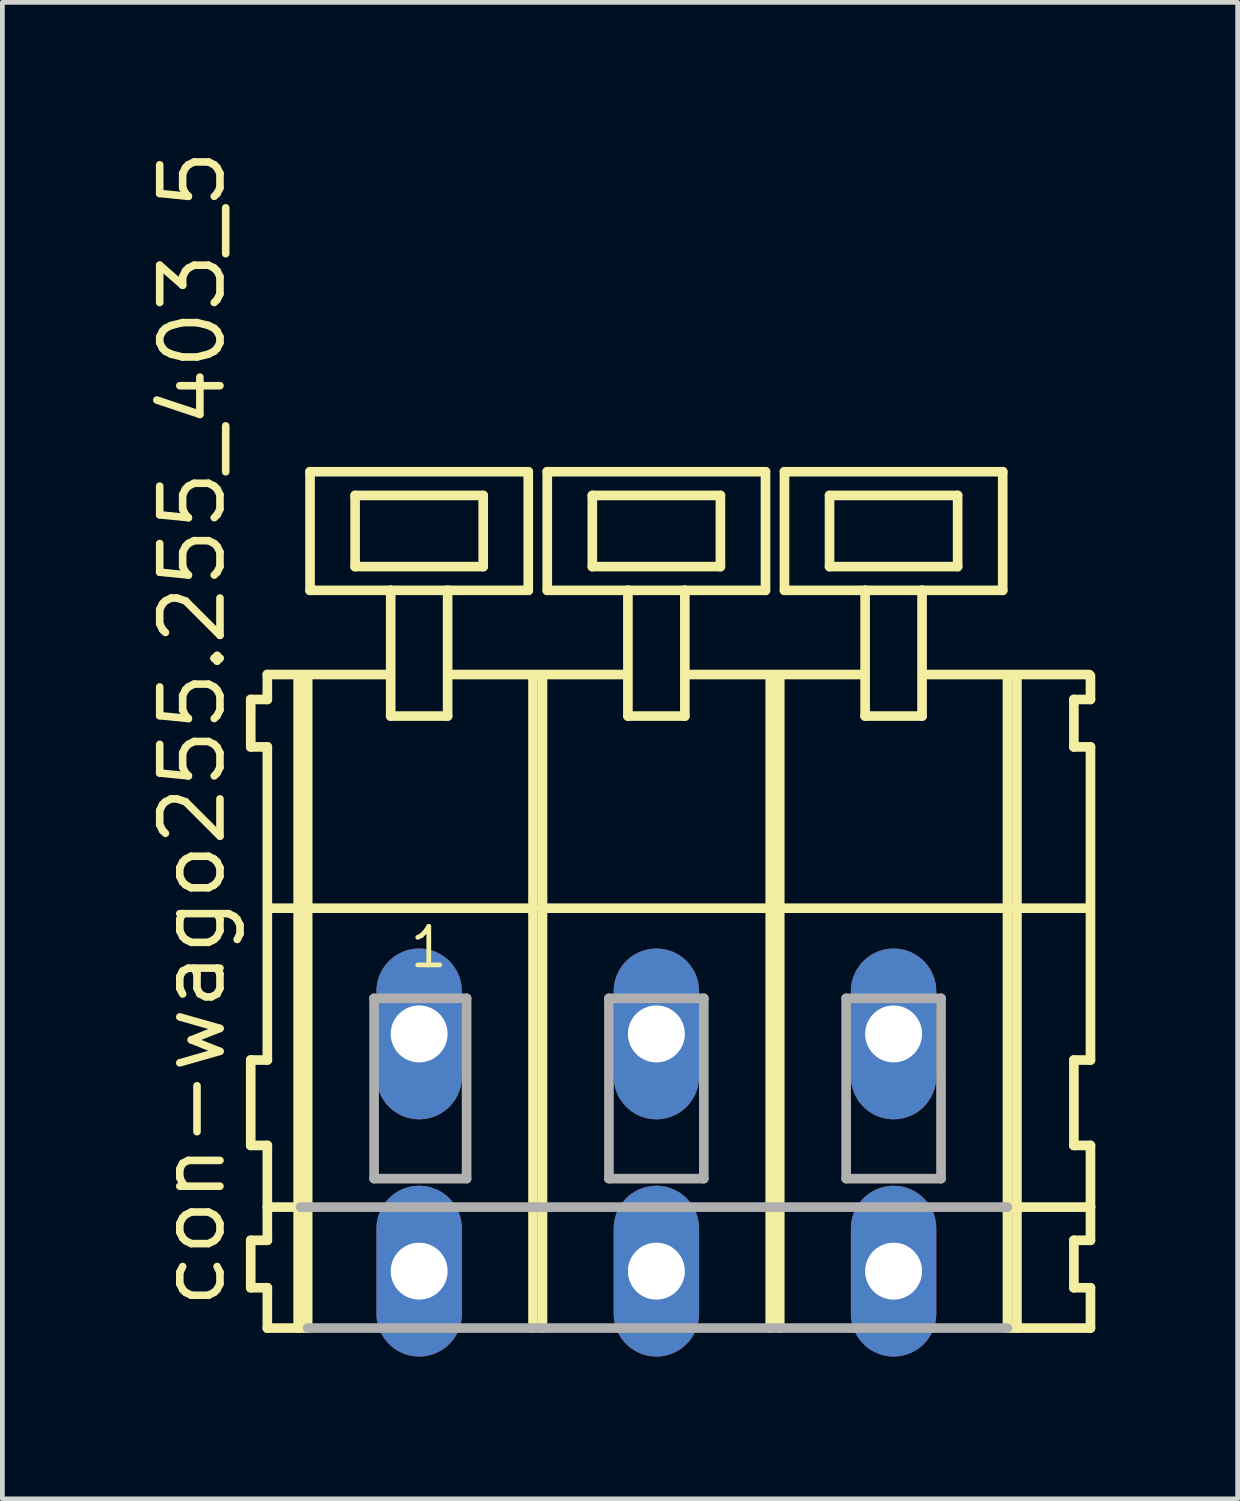
<source format=kicad_pcb>
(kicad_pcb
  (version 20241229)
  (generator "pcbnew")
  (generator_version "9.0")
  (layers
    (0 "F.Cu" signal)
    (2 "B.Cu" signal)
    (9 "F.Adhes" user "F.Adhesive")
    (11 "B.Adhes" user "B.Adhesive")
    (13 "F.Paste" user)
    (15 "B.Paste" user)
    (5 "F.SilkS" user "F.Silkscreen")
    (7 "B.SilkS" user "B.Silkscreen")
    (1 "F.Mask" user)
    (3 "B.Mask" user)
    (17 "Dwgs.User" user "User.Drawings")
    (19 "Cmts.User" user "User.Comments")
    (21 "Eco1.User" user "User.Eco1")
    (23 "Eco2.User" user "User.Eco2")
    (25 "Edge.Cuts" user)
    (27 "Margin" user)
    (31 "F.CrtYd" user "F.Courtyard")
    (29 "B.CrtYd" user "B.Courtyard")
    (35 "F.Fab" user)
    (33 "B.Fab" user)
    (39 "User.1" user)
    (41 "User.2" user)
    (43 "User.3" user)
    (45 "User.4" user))
  (footprint "con-wago255.255_403_5"
    (layer "F.Cu")
    (at 8.285 18.743)
    (property "Reference" "con-wago255.255_403_5" (at -6.535 5.855 90) (layer "F.SilkS") (effects (font (size 1.27 1.27) (thickness 0.16)) (justify left bottom)))
    (attr through_hole)
    (fp_line (start -6.05 -7.05) (end -6.05 -6.05) (stroke (width 0.203) (type default)) (layer "F.SilkS"))
    (fp_line (start -6.05 -6.05) (end -5.7 -6.05) (stroke (width 0.203) (type default)) (layer "F.SilkS"))
    (fp_line (start -6.05 0.55) (end -6.05 2.35) (stroke (width 0.203) (type default)) (layer "F.SilkS"))
    (fp_line (start -6.05 2.35) (end -5.7 2.35) (stroke (width 0.203) (type default)) (layer "F.SilkS"))
    (fp_line (start -6.05 4.35) (end -6.05 5.35) (stroke (width 0.203) (type default)) (layer "F.SilkS"))
    (fp_line (start -6.05 5.35) (end -5.7 5.35) (stroke (width 0.203) (type default)) (layer "F.SilkS"))
    (fp_line (start -5.7 -7.575) (end -5.7 -7.05) (stroke (width 0.203) (type default)) (layer "F.SilkS"))
    (fp_line (start -5.7 -7.575) (end -3.125 -7.575) (stroke (width 0.203) (type default)) (layer "F.SilkS"))
    (fp_line (start -5.7 -7.05) (end -6.05 -7.05) (stroke (width 0.203) (type default)) (layer "F.SilkS"))
    (fp_line (start -5.7 -6.05) (end -5.7 0.55) (stroke (width 0.203) (type default)) (layer "F.SilkS"))
    (fp_line (start -5.7 0.55) (end -6.05 0.55) (stroke (width 0.203) (type default)) (layer "F.SilkS"))
    (fp_line (start -5.7 2.35) (end -5.7 4.35) (stroke (width 0.203) (type default)) (layer "F.SilkS"))
    (fp_line (start -5.7 3.65) (end -5 3.65) (stroke (width 0.203) (type default)) (layer "F.SilkS"))
    (fp_line (start -5.7 4.35) (end -6.05 4.35) (stroke (width 0.203) (type default)) (layer "F.SilkS"))
    (fp_line (start -5.7 5.35) (end -5.7 6.2) (stroke (width 0.203) (type default)) (layer "F.SilkS"))
    (fp_line (start -5.7 6.2) (end -5.05 6.2) (stroke (width 0.203) (type default)) (layer "F.SilkS"))
    (fp_line (start -5.65 -2.65) (end -0.1 -2.65) (stroke (width 0.203) (type default)) (layer "F.SilkS"))
    (fp_line (start -5.05 -7.55) (end -5.05 6.2) (stroke (width 0.203) (type default)) (layer "F.SilkS"))
    (fp_line (start -5.05 6.2) (end -4.85 6.2) (stroke (width 0.203) (type default)) (layer "F.SilkS"))
    (fp_line (start -4.85 -7.55) (end -4.85 6.2) (stroke (width 0.203) (type default)) (layer "F.SilkS"))
    (fp_line (start -4.8 -11.85) (end -4.8 -9.35) (stroke (width 0.203) (type default)) (layer "F.SilkS"))
    (fp_line (start -4.8 -9.35) (end -3.1 -9.35) (stroke (width 0.203) (type default)) (layer "F.SilkS"))
    (fp_line (start -3.85 -11.35) (end -3.85 -9.85) (stroke (width 0.203) (type default)) (layer "F.SilkS"))
    (fp_line (start -3.85 -9.85) (end -1.15 -9.85) (stroke (width 0.203) (type default)) (layer "F.SilkS"))
    (fp_line (start -3.1 -9.35) (end -3.1 -6.7) (stroke (width 0.203) (type default)) (layer "F.SilkS"))
    (fp_line (start -3.1 -9.35) (end -1.9 -9.35) (stroke (width 0.203) (type default)) (layer "F.SilkS"))
    (fp_line (start -3.1 -6.7) (end -1.9 -6.7) (stroke (width 0.203) (type default)) (layer "F.SilkS"))
    (fp_line (start -1.9 -9.35) (end -0.2 -9.35) (stroke (width 0.203) (type default)) (layer "F.SilkS"))
    (fp_line (start -1.9 -6.7) (end -1.9 -9.35) (stroke (width 0.203) (type default)) (layer "F.SilkS"))
    (fp_line (start -1.825 -7.575) (end 1.875 -7.575) (stroke (width 0.203) (type default)) (layer "F.SilkS"))
    (fp_line (start -1.15 -11.35) (end -3.85 -11.35) (stroke (width 0.203) (type default)) (layer "F.SilkS"))
    (fp_line (start -1.15 -9.85) (end -1.15 -11.35) (stroke (width 0.203) (type default)) (layer "F.SilkS"))
    (fp_line (start -0.2 -11.85) (end -4.8 -11.85) (stroke (width 0.203) (type default)) (layer "F.SilkS"))
    (fp_line (start -0.2 -9.35) (end -0.2 -11.85) (stroke (width 0.203) (type default)) (layer "F.SilkS"))
    (fp_line (start -0.1 -7.55) (end -0.1 -2.65) (stroke (width 0.203) (type default)) (layer "F.SilkS"))
    (fp_line (start -0.1 -2.65) (end -0.1 6.2) (stroke (width 0.203) (type default)) (layer "F.SilkS"))
    (fp_line (start 0.1 -7.55) (end 0.1 -2.65) (stroke (width 0.203) (type default)) (layer "F.SilkS"))
    (fp_line (start 0.1 -2.65) (end 0.1 6.2) (stroke (width 0.203) (type default)) (layer "F.SilkS"))
    (fp_line (start 0.1 -2.65) (end 4.9 -2.65) (stroke (width 0.203) (type default)) (layer "F.SilkS"))
    (fp_line (start 0.2 -11.85) (end 0.2 -9.35) (stroke (width 0.203) (type default)) (layer "F.SilkS"))
    (fp_line (start 0.2 -9.35) (end 1.9 -9.35) (stroke (width 0.203) (type default)) (layer "F.SilkS"))
    (fp_line (start 1.15 -11.35) (end 1.15 -9.85) (stroke (width 0.203) (type default)) (layer "F.SilkS"))
    (fp_line (start 1.15 -9.85) (end 3.85 -9.85) (stroke (width 0.203) (type default)) (layer "F.SilkS"))
    (fp_line (start 1.9 -9.35) (end 1.9 -6.7) (stroke (width 0.203) (type default)) (layer "F.SilkS"))
    (fp_line (start 1.9 -9.35) (end 3.1 -9.35) (stroke (width 0.203) (type default)) (layer "F.SilkS"))
    (fp_line (start 1.9 -6.7) (end 3.1 -6.7) (stroke (width 0.203) (type default)) (layer "F.SilkS"))
    (fp_line (start 3.1 -9.35) (end 4.8 -9.35) (stroke (width 0.203) (type default)) (layer "F.SilkS"))
    (fp_line (start 3.1 -6.7) (end 3.1 -9.35) (stroke (width 0.203) (type default)) (layer "F.SilkS"))
    (fp_line (start 3.125 -7.575) (end 6.875 -7.575) (stroke (width 0.203) (type default)) (layer "F.SilkS"))
    (fp_line (start 3.85 -11.35) (end 1.15 -11.35) (stroke (width 0.203) (type default)) (layer "F.SilkS"))
    (fp_line (start 3.85 -9.85) (end 3.85 -11.35) (stroke (width 0.203) (type default)) (layer "F.SilkS"))
    (fp_line (start 4.8 -11.85) (end 0.2 -11.85) (stroke (width 0.203) (type default)) (layer "F.SilkS"))
    (fp_line (start 4.8 -9.35) (end 4.8 -11.85) (stroke (width 0.203) (type default)) (layer "F.SilkS"))
    (fp_line (start 4.9 -7.55) (end 4.9 -2.65) (stroke (width 0.203) (type default)) (layer "F.SilkS"))
    (fp_line (start 4.9 -2.65) (end 4.9 6.2) (stroke (width 0.203) (type default)) (layer "F.SilkS"))
    (fp_line (start 4.9 -2.65) (end 5.1 -2.65) (stroke (width 0.203) (type default)) (layer "F.SilkS"))
    (fp_line (start 5.1 -7.55) (end 5.1 -2.65) (stroke (width 0.203) (type default)) (layer "F.SilkS"))
    (fp_line (start 5.1 -2.65) (end 5.1 6.2) (stroke (width 0.203) (type default)) (layer "F.SilkS"))
    (fp_line (start 5.1 -2.65) (end 9.9 -2.65) (stroke (width 0.203) (type default)) (layer "F.SilkS"))
    (fp_line (start 5.2 -11.85) (end 5.2 -9.35) (stroke (width 0.203) (type default)) (layer "F.SilkS"))
    (fp_line (start 5.2 -9.35) (end 6.9 -9.35) (stroke (width 0.203) (type default)) (layer "F.SilkS"))
    (fp_line (start 6.15 -11.35) (end 6.15 -9.85) (stroke (width 0.203) (type default)) (layer "F.SilkS"))
    (fp_line (start 6.15 -9.85) (end 8.85 -9.85) (stroke (width 0.203) (type default)) (layer "F.SilkS"))
    (fp_line (start 6.9 -9.35) (end 6.9 -6.7) (stroke (width 0.203) (type default)) (layer "F.SilkS"))
    (fp_line (start 6.9 -9.35) (end 8.1 -9.35) (stroke (width 0.203) (type default)) (layer "F.SilkS"))
    (fp_line (start 6.9 -6.7) (end 8.1 -6.7) (stroke (width 0.203) (type default)) (layer "F.SilkS"))
    (fp_line (start 8.1 -9.35) (end 9.8 -9.35) (stroke (width 0.203) (type default)) (layer "F.SilkS"))
    (fp_line (start 8.1 -6.7) (end 8.1 -9.35) (stroke (width 0.203) (type default)) (layer "F.SilkS"))
    (fp_line (start 8.125 -7.575) (end 11.625 -7.575) (stroke (width 0.203) (type default)) (layer "F.SilkS"))
    (fp_line (start 8.85 -11.35) (end 6.15 -11.35) (stroke (width 0.203) (type default)) (layer "F.SilkS"))
    (fp_line (start 8.85 -9.85) (end 8.85 -11.35) (stroke (width 0.203) (type default)) (layer "F.SilkS"))
    (fp_line (start 9.8 -11.85) (end 5.2 -11.85) (stroke (width 0.203) (type default)) (layer "F.SilkS"))
    (fp_line (start 9.8 -9.35) (end 9.8 -11.85) (stroke (width 0.203) (type default)) (layer "F.SilkS"))
    (fp_line (start 9.9 -7.55) (end 9.9 -2.65) (stroke (width 0.203) (type default)) (layer "F.SilkS"))
    (fp_line (start 9.9 -2.65) (end 9.9 6.2) (stroke (width 0.203) (type default)) (layer "F.SilkS"))
    (fp_line (start 9.9 -2.65) (end 10.1 -2.65) (stroke (width 0.203) (type default)) (layer "F.SilkS"))
    (fp_line (start 9.9 6.2) (end 10.1 6.2) (stroke (width 0.203) (type default)) (layer "F.SilkS"))
    (fp_line (start 9.95 3.65) (end 11.65 3.65) (stroke (width 0.203) (type default)) (layer "F.SilkS"))
    (fp_line (start 10.1 -7.55) (end 10.1 -2.65) (stroke (width 0.203) (type default)) (layer "F.SilkS"))
    (fp_line (start 10.1 -2.65) (end 10.1 6.2) (stroke (width 0.203) (type default)) (layer "F.SilkS"))
    (fp_line (start 10.1 -2.65) (end 11.6 -2.65) (stroke (width 0.203) (type default)) (layer "F.SilkS"))
    (fp_line (start 10.1 6.2) (end 11.65 6.2) (stroke (width 0.203) (type default)) (layer "F.SilkS"))
    (fp_line (start 11.3 -7.05) (end 11.3 -6.05) (stroke (width 0.203) (type default)) (layer "F.SilkS"))
    (fp_line (start 11.3 -6.05) (end 11.65 -6.05) (stroke (width 0.203) (type default)) (layer "F.SilkS"))
    (fp_line (start 11.3 0.55) (end 11.3 2.35) (stroke (width 0.203) (type default)) (layer "F.SilkS"))
    (fp_line (start 11.3 2.35) (end 11.65 2.35) (stroke (width 0.203) (type default)) (layer "F.SilkS"))
    (fp_line (start 11.3 4.35) (end 11.3 5.35) (stroke (width 0.203) (type default)) (layer "F.SilkS"))
    (fp_line (start 11.3 5.35) (end 11.65 5.35) (stroke (width 0.203) (type default)) (layer "F.SilkS"))
    (fp_line (start 11.65 -7.05) (end 11.3 -7.05) (stroke (width 0.203) (type default)) (layer "F.SilkS"))
    (fp_line (start 11.65 -7.05) (end 11.65 -7.55) (stroke (width 0.203) (type default)) (layer "F.SilkS"))
    (fp_line (start 11.65 0.55) (end 11.3 0.55) (stroke (width 0.203) (type default)) (layer "F.SilkS"))
    (fp_line (start 11.65 0.55) (end 11.65 -6.05) (stroke (width 0.203) (type default)) (layer "F.SilkS"))
    (fp_line (start 11.65 3.65) (end 11.65 2.35) (stroke (width 0.203) (type default)) (layer "F.SilkS"))
    (fp_line (start 11.65 4.35) (end 11.3 4.35) (stroke (width 0.203) (type default)) (layer "F.SilkS"))
    (fp_line (start 11.65 4.35) (end 11.65 3.65) (stroke (width 0.203) (type default)) (layer "F.SilkS"))
    (fp_line (start 11.65 6.2) (end 11.65 5.35) (stroke (width 0.203) (type default)) (layer "F.SilkS"))
    (fp_line (start -5 3.65) (end 9.9 3.65) (stroke (width 0.203) (type default)) (layer "F.Fab"))
    (fp_line (start -4.85 6.2) (end 9.9 6.2) (stroke (width 0.203) (type default)) (layer "F.Fab"))
    (fp_line (start -3.45 -0.75) (end -3.45 3.05) (stroke (width 0.203) (type default)) (layer "F.Fab"))
    (fp_line (start -3.45 3.05) (end -1.5 3.05) (stroke (width 0.203) (type default)) (layer "F.Fab"))
    (fp_line (start -1.5 -0.75) (end -3.45 -0.75) (stroke (width 0.203) (type default)) (layer "F.Fab"))
    (fp_line (start -1.5 3.05) (end -1.5 -0.75) (stroke (width 0.203) (type default)) (layer "F.Fab"))
    (fp_line (start 1.5 -0.75) (end 1.5 3.05) (stroke (width 0.203) (type default)) (layer "F.Fab"))
    (fp_line (start 1.5 3.05) (end 3.5 3.05) (stroke (width 0.203) (type default)) (layer "F.Fab"))
    (fp_line (start 3.5 -0.75) (end 1.5 -0.75) (stroke (width 0.203) (type default)) (layer "F.Fab"))
    (fp_line (start 3.5 3.05) (end 3.5 -0.75) (stroke (width 0.203) (type default)) (layer "F.Fab"))
    (fp_line (start 6.5 -0.75) (end 6.5 3.05) (stroke (width 0.203) (type default)) (layer "F.Fab"))
    (fp_line (start 6.5 3.05) (end 8.5 3.05) (stroke (width 0.203) (type default)) (layer "F.Fab"))
    (fp_line (start 8.5 -0.75) (end 6.5 -0.75) (stroke (width 0.203) (type default)) (layer "F.Fab"))
    (fp_line (start 8.5 3.05) (end 8.5 -0.75) (stroke (width 0.203) (type default)) (layer "F.Fab"))
    (fp_text user "1" (at -2.75 -1.35 0) (layer "F.SilkS") (effects (font (size 0.813 0.813) (thickness 0.1)) (justify left bottom)))
    (pad "A1" thru_hole oval (at -2.5 0 90) (size 3.6 1.8) (drill 1.2) (layers "*.Cu" "*.Mask"))
    (pad "A2" thru_hole oval (at 2.5 0 90) (size 3.6 1.8) (drill 1.2) (layers "*.Cu" "*.Mask"))
    (pad "A3" thru_hole oval (at 7.5 0 90) (size 3.6 1.8) (drill 1.2) (layers "*.Cu" "*.Mask"))
    (pad "B1" thru_hole oval (at -2.5 5 90) (size 3.6 1.8) (drill 1.2) (layers "*.Cu" "*.Mask"))
    (pad "B2" thru_hole oval (at 2.5 5 90) (size 3.6 1.8) (drill 1.2) (layers "*.Cu" "*.Mask"))
    (pad "B3" thru_hole oval (at 7.5 5 90) (size 3.6 1.8) (drill 1.2) (layers "*.Cu" "*.Mask")))
  (gr_rect
    (start -3 -3)
    (end 23.037 28.543)
    (stroke (width 0.1) (type default))
    (fill no)
    (layer "Edge.Cuts")))
</source>
